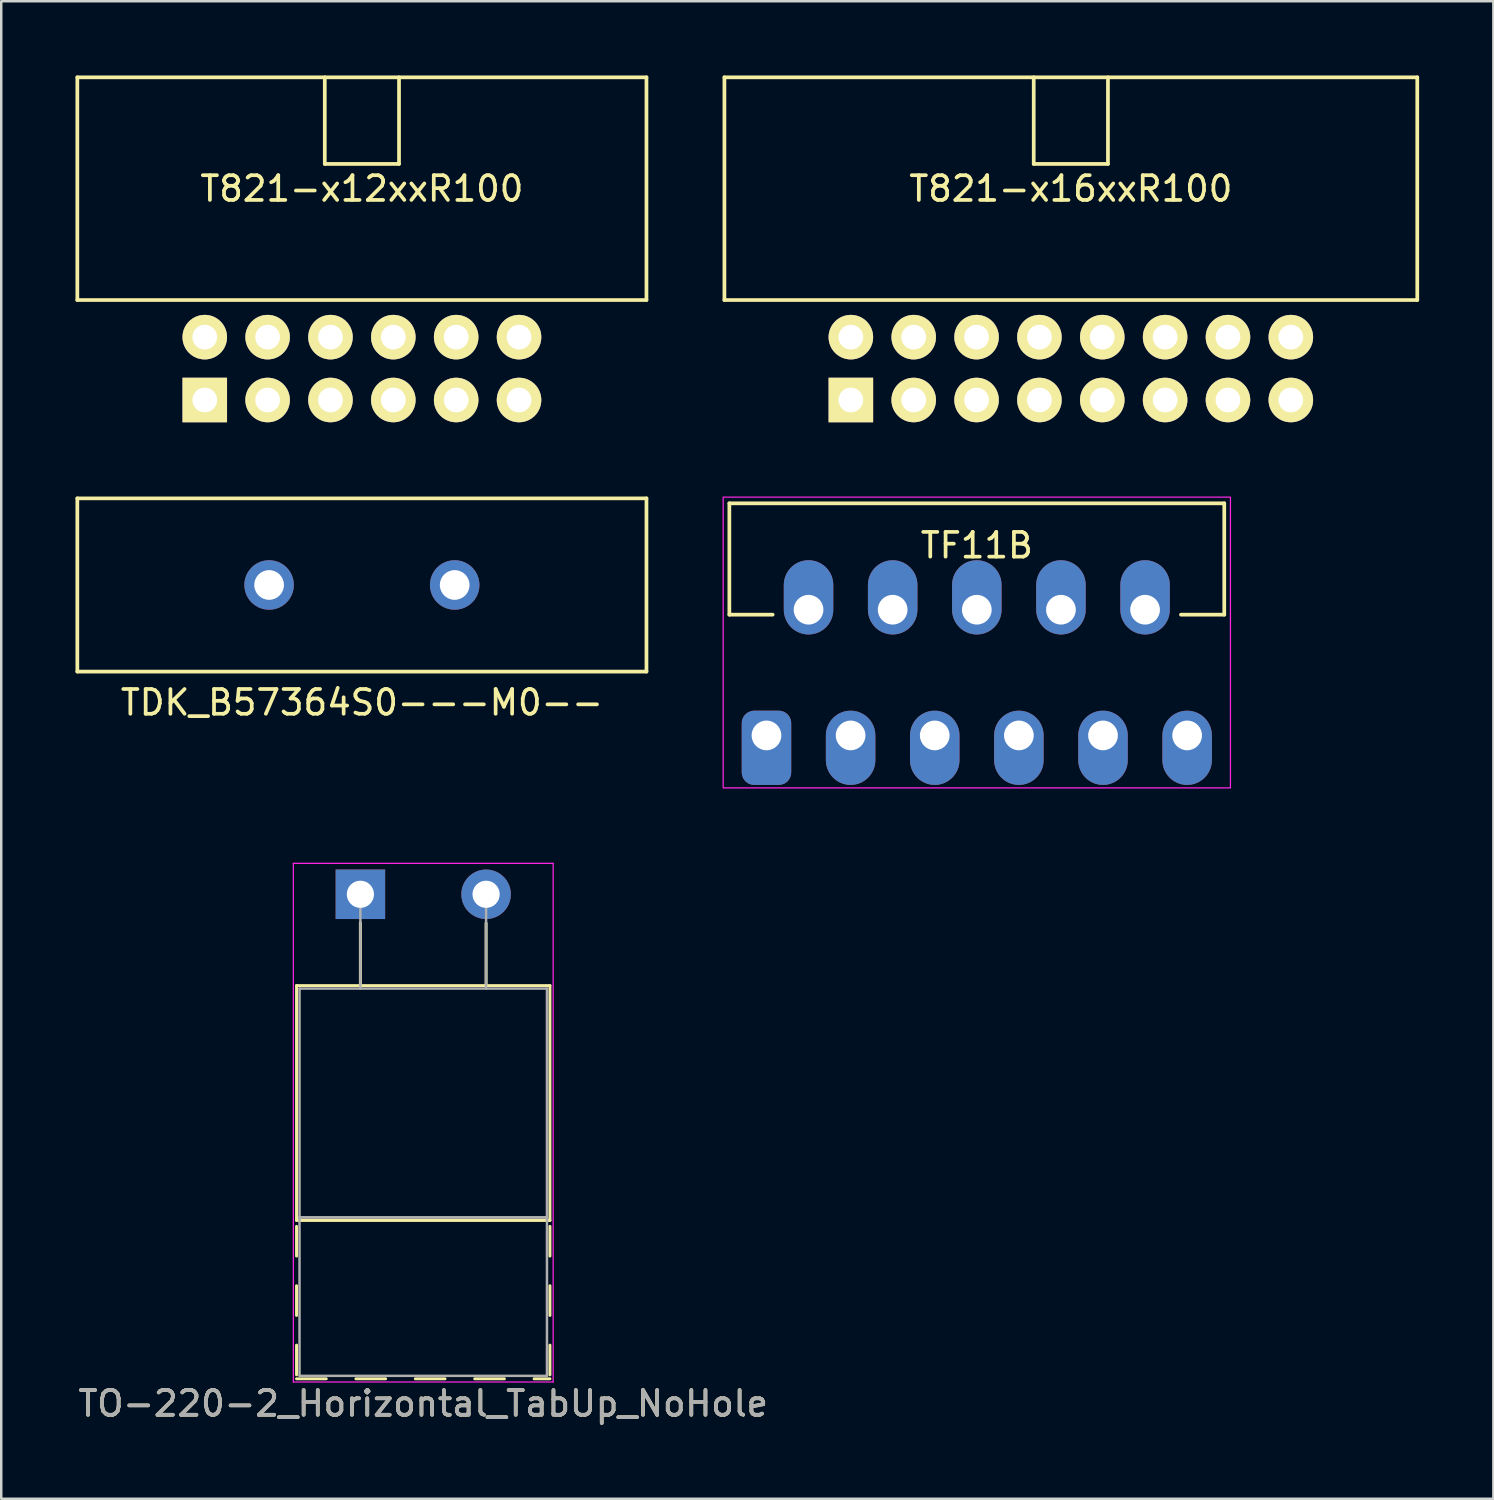
<source format=kicad_pcb>
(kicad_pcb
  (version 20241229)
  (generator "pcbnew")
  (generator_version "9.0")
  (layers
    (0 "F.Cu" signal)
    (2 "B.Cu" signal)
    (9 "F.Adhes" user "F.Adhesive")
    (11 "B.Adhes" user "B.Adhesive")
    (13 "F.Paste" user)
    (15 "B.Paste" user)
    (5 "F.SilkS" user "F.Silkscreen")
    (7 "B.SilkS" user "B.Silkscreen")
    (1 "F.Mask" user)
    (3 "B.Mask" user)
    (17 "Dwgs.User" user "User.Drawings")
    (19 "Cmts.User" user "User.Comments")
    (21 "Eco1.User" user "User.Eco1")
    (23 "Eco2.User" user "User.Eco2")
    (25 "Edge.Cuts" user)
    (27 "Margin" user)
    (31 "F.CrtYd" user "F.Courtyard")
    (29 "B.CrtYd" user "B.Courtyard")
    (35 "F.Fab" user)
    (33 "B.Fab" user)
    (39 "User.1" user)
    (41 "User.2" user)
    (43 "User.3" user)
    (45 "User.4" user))
  (footprint "T821-x12xxR100"
    (layer "F.Cu")
    (at 11.575 10.575)
    (property "Reference" "T821-x12xxR100" (at 0 -6 0) (layer "F.SilkS") (effects (font (size 1 1) (thickness 0.15))))
    (attr through_hole)
    (fp_line (start -11.5 -10.5) (end 11.5 -10.5) (stroke (width 0.15) (type solid)) (layer "F.SilkS"))
    (fp_line (start -11.5 -1.5) (end -11.5 -10.5) (stroke (width 0.15) (type solid)) (layer "F.SilkS"))
    (fp_line (start -11.5 -1.5) (end 11.5 -1.5) (stroke (width 0.15) (type solid)) (layer "F.SilkS"))
    (fp_line (start -1.5 -10.5) (end -1.5 -7) (stroke (width 0.15) (type solid)) (layer "F.SilkS"))
    (fp_line (start -1.5 -7) (end 1.5 -7) (stroke (width 0.15) (type solid)) (layer "F.SilkS"))
    (fp_line (start 1.5 -7) (end 1.5 -10.5) (stroke (width 0.15) (type solid)) (layer "F.SilkS"))
    (fp_line (start 11.5 -10.5) (end 11.5 -1.5) (stroke (width 0.15) (type solid)) (layer "F.SilkS"))
    (pad "1" thru_hole rect (at -6.35 2.54) (size 1.8 1.8) (drill 1) (layers "*.Cu" "*.Mask" "F.SilkS"))
    (pad "2" thru_hole circle (at -6.35 0) (size 1.8 1.8) (drill 1) (layers "*.Cu" "*.Mask" "F.SilkS"))
    (pad "3" thru_hole circle (at -3.81 2.54) (size 1.8 1.8) (drill 1) (layers "*.Cu" "*.Mask" "F.SilkS"))
    (pad "4" thru_hole circle (at -3.81 0) (size 1.8 1.8) (drill 1) (layers "*.Cu" "*.Mask" "F.SilkS"))
    (pad "5" thru_hole circle (at -1.27 2.54) (size 1.8 1.8) (drill 1) (layers "*.Cu" "*.Mask" "F.SilkS"))
    (pad "6" thru_hole circle (at -1.27 0) (size 1.8 1.8) (drill 1) (layers "*.Cu" "*.Mask" "F.SilkS"))
    (pad "7" thru_hole circle (at 1.27 2.54) (size 1.8 1.8) (drill 1) (layers "*.Cu" "*.Mask" "F.SilkS"))
    (pad "8" thru_hole circle (at 1.27 0) (size 1.8 1.8) (drill 1) (layers "*.Cu" "*.Mask" "F.SilkS"))
    (pad "9" thru_hole circle (at 3.81 2.54) (size 1.8 1.8) (drill 1) (layers "*.Cu" "*.Mask" "F.SilkS"))
    (pad "10" thru_hole circle (at 3.81 0) (size 1.8 1.8) (drill 1) (layers "*.Cu" "*.Mask" "F.SilkS"))
    (pad "11" thru_hole circle (at 6.35 2.54) (size 1.8 1.8) (drill 1) (layers "*.Cu" "*.Mask" "F.SilkS"))
    (pad "12" thru_hole circle (at 6.35 0) (size 1.8 1.8) (drill 1) (layers "*.Cu" "*.Mask" "F.SilkS")))
  (footprint "T821-x16xxR100"
    (layer "F.Cu")
    (at 40.225 10.575)
    (property "Reference" "T821-x16xxR100" (at 0 -6 0) (layer "F.SilkS") (effects (font (size 1 1) (thickness 0.15))))
    (attr through_hole)
    (fp_line (start -14 -10.5) (end 14 -10.5) (stroke (width 0.15) (type solid)) (layer "F.SilkS"))
    (fp_line (start -14 -1.5) (end -14 -10.5) (stroke (width 0.15) (type solid)) (layer "F.SilkS"))
    (fp_line (start -14 -1.5) (end 14 -1.5) (stroke (width 0.15) (type solid)) (layer "F.SilkS"))
    (fp_line (start -1.5 -10.5) (end -1.5 -7) (stroke (width 0.15) (type solid)) (layer "F.SilkS"))
    (fp_line (start -1.5 -7) (end 1.5 -7) (stroke (width 0.15) (type solid)) (layer "F.SilkS"))
    (fp_line (start 1.5 -7) (end 1.5 -10.5) (stroke (width 0.15) (type solid)) (layer "F.SilkS"))
    (fp_line (start 14 -10.5) (end 14 -1.5) (stroke (width 0.15) (type solid)) (layer "F.SilkS"))
    (pad "1" thru_hole rect (at -8.89 2.54) (size 1.8 1.8) (drill 1) (layers "*.Cu" "*.Mask" "F.SilkS"))
    (pad "2" thru_hole circle (at -8.89 0) (size 1.8 1.8) (drill 1) (layers "*.Cu" "*.Mask" "F.SilkS"))
    (pad "3" thru_hole circle (at -6.35 2.54) (size 1.8 1.8) (drill 1) (layers "*.Cu" "*.Mask" "F.SilkS"))
    (pad "4" thru_hole circle (at -6.35 0) (size 1.8 1.8) (drill 1) (layers "*.Cu" "*.Mask" "F.SilkS"))
    (pad "5" thru_hole circle (at -3.81 2.54) (size 1.8 1.8) (drill 1) (layers "*.Cu" "*.Mask" "F.SilkS"))
    (pad "6" thru_hole circle (at -3.81 0) (size 1.8 1.8) (drill 1) (layers "*.Cu" "*.Mask" "F.SilkS"))
    (pad "7" thru_hole circle (at -1.27 2.54) (size 1.8 1.8) (drill 1) (layers "*.Cu" "*.Mask" "F.SilkS"))
    (pad "8" thru_hole circle (at -1.27 0) (size 1.8 1.8) (drill 1) (layers "*.Cu" "*.Mask" "F.SilkS"))
    (pad "9" thru_hole circle (at 1.27 2.54) (size 1.8 1.8) (drill 1) (layers "*.Cu" "*.Mask" "F.SilkS"))
    (pad "10" thru_hole circle (at 1.27 0) (size 1.8 1.8) (drill 1) (layers "*.Cu" "*.Mask" "F.SilkS"))
    (pad "11" thru_hole circle (at 3.81 2.54) (size 1.8 1.8) (drill 1) (layers "*.Cu" "*.Mask" "F.SilkS"))
    (pad "12" thru_hole circle (at 3.81 0) (size 1.8 1.8) (drill 1) (layers "*.Cu" "*.Mask" "F.SilkS"))
    (pad "13" thru_hole circle (at 6.35 2.54) (size 1.8 1.8) (drill 1) (layers "*.Cu" "*.Mask" "F.SilkS"))
    (pad "14" thru_hole circle (at 6.35 0) (size 1.8 1.8) (drill 1) (layers "*.Cu" "*.Mask" "F.SilkS"))
    (pad "15" thru_hole circle (at 8.89 2.54) (size 1.8 1.8) (drill 1) (layers "*.Cu" "*.Mask" "F.SilkS"))
    (pad "16" thru_hole circle (at 8.89 0) (size 1.8 1.8) (drill 1) (layers "*.Cu" "*.Mask" "F.SilkS")))
  (footprint "TDK_B57364S0---M0--"
    (layer "F.Cu")
    (at 11.575 20.59)
    (property "Reference" "TDK_B57364S0---M0--" (at 0 4.75 0) (layer "F.SilkS") (effects (font (size 1 1) (thickness 0.15))))
    (attr through_hole)
    (fp_line (start -11.5 -3.5) (end 11.5 -3.5) (stroke (width 0.15) (type solid)) (layer "F.SilkS"))
    (fp_line (start -11.5 3.5) (end -11.5 -3.5) (stroke (width 0.15) (type solid)) (layer "F.SilkS"))
    (fp_line (start 11.5 -3.5) (end 11.5 3.5) (stroke (width 0.15) (type solid)) (layer "F.SilkS"))
    (fp_line (start 11.5 3.5) (end -11.5 3.5) (stroke (width 0.15) (type solid)) (layer "F.SilkS"))
    (pad "1" thru_hole circle (at -3.75 0) (size 2 2) (drill 1.2) (layers "*.Cu" "*.Mask"))
    (pad "2" thru_hole circle (at 3.75 0) (size 2 2) (drill 1.2) (layers "*.Cu" "*.Mask")))
  (footprint "TF11B"
    (layer "F.Cu")
    (at 36.425 21.29)
    (property "Reference" "TF11B" (at 0 -2.3 0) (layer "F.SilkS") (effects (font (size 1 1) (thickness 0.15))))
    (attr through_hole)
    (fp_line (start -10 -4) (end 10 -4) (stroke (width 0.15) (type solid)) (layer "F.SilkS"))
    (fp_line (start -10 0.5) (end -10 -4) (stroke (width 0.15) (type solid)) (layer "F.SilkS"))
    (fp_line (start -10 0.5) (end -8.25 0.5) (stroke (width 0.15) (type default)) (layer "F.SilkS"))
    (fp_line (start 10 -4) (end 10 0.5) (stroke (width 0.15) (type solid)) (layer "F.SilkS"))
    (fp_line (start 10 0.5) (end 8.25 0.5) (stroke (width 0.15) (type default)) (layer "F.SilkS"))
    (fp_rect (start -10.25 -4.25) (end 10.25 7.5) (stroke (width 0.05) (type default)) (fill no) (layer "F.CrtYd"))
    (pad "1" thru_hole roundrect (at -8.5 5.38) (size 2 3) (drill 1.2 (offset 0 0.5)) (layers "*.Cu" "*.Mask") (roundrect_rratio 0.25))
    (pad "2" thru_hole oval (at -6.8 0.3) (size 2 3) (drill 1.2 (offset 0 -0.5)) (layers "*.Cu" "*.Mask"))
    (pad "3" thru_hole oval (at -5.1 5.38) (size 2 3) (drill 1.2 (offset 0 0.5)) (layers "*.Cu" "*.Mask"))
    (pad "4" thru_hole oval (at -3.4 0.3) (size 2 3) (drill 1.2 (offset 0 -0.5)) (layers "*.Cu" "*.Mask"))
    (pad "5" thru_hole oval (at -1.7 5.38) (size 2 3) (drill 1.2 (offset 0 0.5)) (layers "*.Cu" "*.Mask"))
    (pad "6" thru_hole oval (at 0 0.3) (size 2 3) (drill 1.2 (offset 0 -0.5)) (layers "*.Cu" "*.Mask"))
    (pad "7" thru_hole oval (at 1.7 5.38) (size 2 3) (drill 1.2 (offset 0 0.5)) (layers "*.Cu" "*.Mask"))
    (pad "8" thru_hole oval (at 3.4 0.3) (size 2 3) (drill 1.2 (offset 0 -0.5)) (layers "*.Cu" "*.Mask"))
    (pad "9" thru_hole oval (at 5.1 5.38) (size 2 3) (drill 1.2 (offset 0 0.5)) (layers "*.Cu" "*.Mask"))
    (pad "10" thru_hole oval (at 6.8 0.3) (size 2 3) (drill 1.2 (offset 0 -0.5)) (layers "*.Cu" "*.Mask"))
    (pad "11" thru_hole oval (at 8.5 5.38) (size 2 3) (drill 1.2 (offset 0 0.5)) (layers "*.Cu" "*.Mask")))
  (footprint "TO-220-2_Horizontal_TabUp_NoHole"
    (layer "F.Cu")
    (at 11.514 33.09)
    (property "Reference" "TO-220-2_Horizontal_TabUp_NoHole" (at 2.54 20.58 0) (layer "F.SilkS") (effects (font (size 1 1) (thickness 0.15))))
    (attr through_hole)
    (fp_line (start -2.58 3.69) (end -2.58 13.18) (stroke (width 0.12) (type solid)) (layer "F.SilkS"))
    (fp_line (start -2.58 3.69) (end 7.66 3.69) (stroke (width 0.12) (type solid)) (layer "F.SilkS"))
    (fp_line (start -2.58 13.18) (end 7.66 13.18) (stroke (width 0.12) (type solid)) (layer "F.SilkS"))
    (fp_line (start -2.58 13.42) (end -2.58 14.62) (stroke (width 0.12) (type solid)) (layer "F.SilkS"))
    (fp_line (start -2.58 15.82) (end -2.58 17.02) (stroke (width 0.12) (type solid)) (layer "F.SilkS"))
    (fp_line (start -2.58 18.22) (end -2.58 19.42) (stroke (width 0.12) (type solid)) (layer "F.SilkS"))
    (fp_line (start -2.58 19.58) (end -1.38 19.58) (stroke (width 0.12) (type solid)) (layer "F.SilkS"))
    (fp_line (start -0.181 19.58) (end 1.02 19.58) (stroke (width 0.12) (type solid)) (layer "F.SilkS"))
    (fp_line (start 0 1.15) (end 0 3.69) (stroke (width 0.12) (type solid)) (layer "F.SilkS"))
    (fp_line (start 2.22 19.58) (end 3.42 19.58) (stroke (width 0.12) (type solid)) (layer "F.SilkS"))
    (fp_line (start 4.62 19.58) (end 5.82 19.58) (stroke (width 0.12) (type solid)) (layer "F.SilkS"))
    (fp_line (start 5.08 1.165) (end 5.08 3.69) (stroke (width 0.12) (type solid)) (layer "F.SilkS"))
    (fp_line (start 7.02 19.58) (end 7.66 19.58) (stroke (width 0.12) (type solid)) (layer "F.SilkS"))
    (fp_line (start 7.66 3.69) (end 7.66 13.18) (stroke (width 0.12) (type solid)) (layer "F.SilkS"))
    (fp_line (start 7.66 13.42) (end 7.66 14.62) (stroke (width 0.12) (type solid)) (layer "F.SilkS"))
    (fp_line (start 7.66 15.82) (end 7.66 17.02) (stroke (width 0.12) (type solid)) (layer "F.SilkS"))
    (fp_line (start 7.66 18.22) (end 7.66 19.42) (stroke (width 0.12) (type solid)) (layer "F.SilkS"))
    (fp_line (start -2.71 -1.25) (end -2.71 19.71) (stroke (width 0.05) (type solid)) (layer "F.CrtYd"))
    (fp_line (start -2.71 19.71) (end 7.79 19.71) (stroke (width 0.05) (type solid)) (layer "F.CrtYd"))
    (fp_line (start 7.79 -1.25) (end -2.71 -1.25) (stroke (width 0.05) (type solid)) (layer "F.CrtYd"))
    (fp_line (start 7.79 19.71) (end 7.79 -1.25) (stroke (width 0.05) (type solid)) (layer "F.CrtYd"))
    (fp_line (start -2.46 3.81) (end -2.46 13.06) (stroke (width 0.1) (type solid)) (layer "F.Fab"))
    (fp_line (start -2.46 13.06) (end -2.46 19.46) (stroke (width 0.1) (type solid)) (layer "F.Fab"))
    (fp_line (start -2.46 13.06) (end 7.54 13.06) (stroke (width 0.1) (type solid)) (layer "F.Fab"))
    (fp_line (start -2.46 19.46) (end 7.54 19.46) (stroke (width 0.1) (type solid)) (layer "F.Fab"))
    (fp_line (start 0 3.81) (end 0 0) (stroke (width 0.1) (type solid)) (layer "F.Fab"))
    (fp_line (start 5.08 3.81) (end 5.08 0) (stroke (width 0.1) (type solid)) (layer "F.Fab"))
    (fp_line (start 7.54 3.81) (end -2.46 3.81) (stroke (width 0.1) (type solid)) (layer "F.Fab"))
    (fp_line (start 7.54 13.06) (end -2.46 13.06) (stroke (width 0.1) (type solid)) (layer "F.Fab"))
    (fp_line (start 7.54 13.06) (end 7.54 3.81) (stroke (width 0.1) (type solid)) (layer "F.Fab"))
    (fp_line (start 7.54 19.46) (end 7.54 13.06) (stroke (width 0.1) (type solid)) (layer "F.Fab"))
    (fp_text user "${REFERENCE}" (at 2.54 20.58 0) (layer "F.Fab") (effects (font (size 1 1) (thickness 0.15))))
    (pad "1" thru_hole rect (at 0 0) (size 2 2) (drill 1.1) (layers "*.Cu" "*.Mask"))
    (pad "2" thru_hole oval (at 5.08 0) (size 2 2) (drill 1.1) (layers "*.Cu" "*.Mask")))
  (gr_rect
    (start -3 -3)
    (end 57.3 57.518)
    (stroke (width 0.1) (type default))
    (fill no)
    (layer "Edge.Cuts")))
</source>
